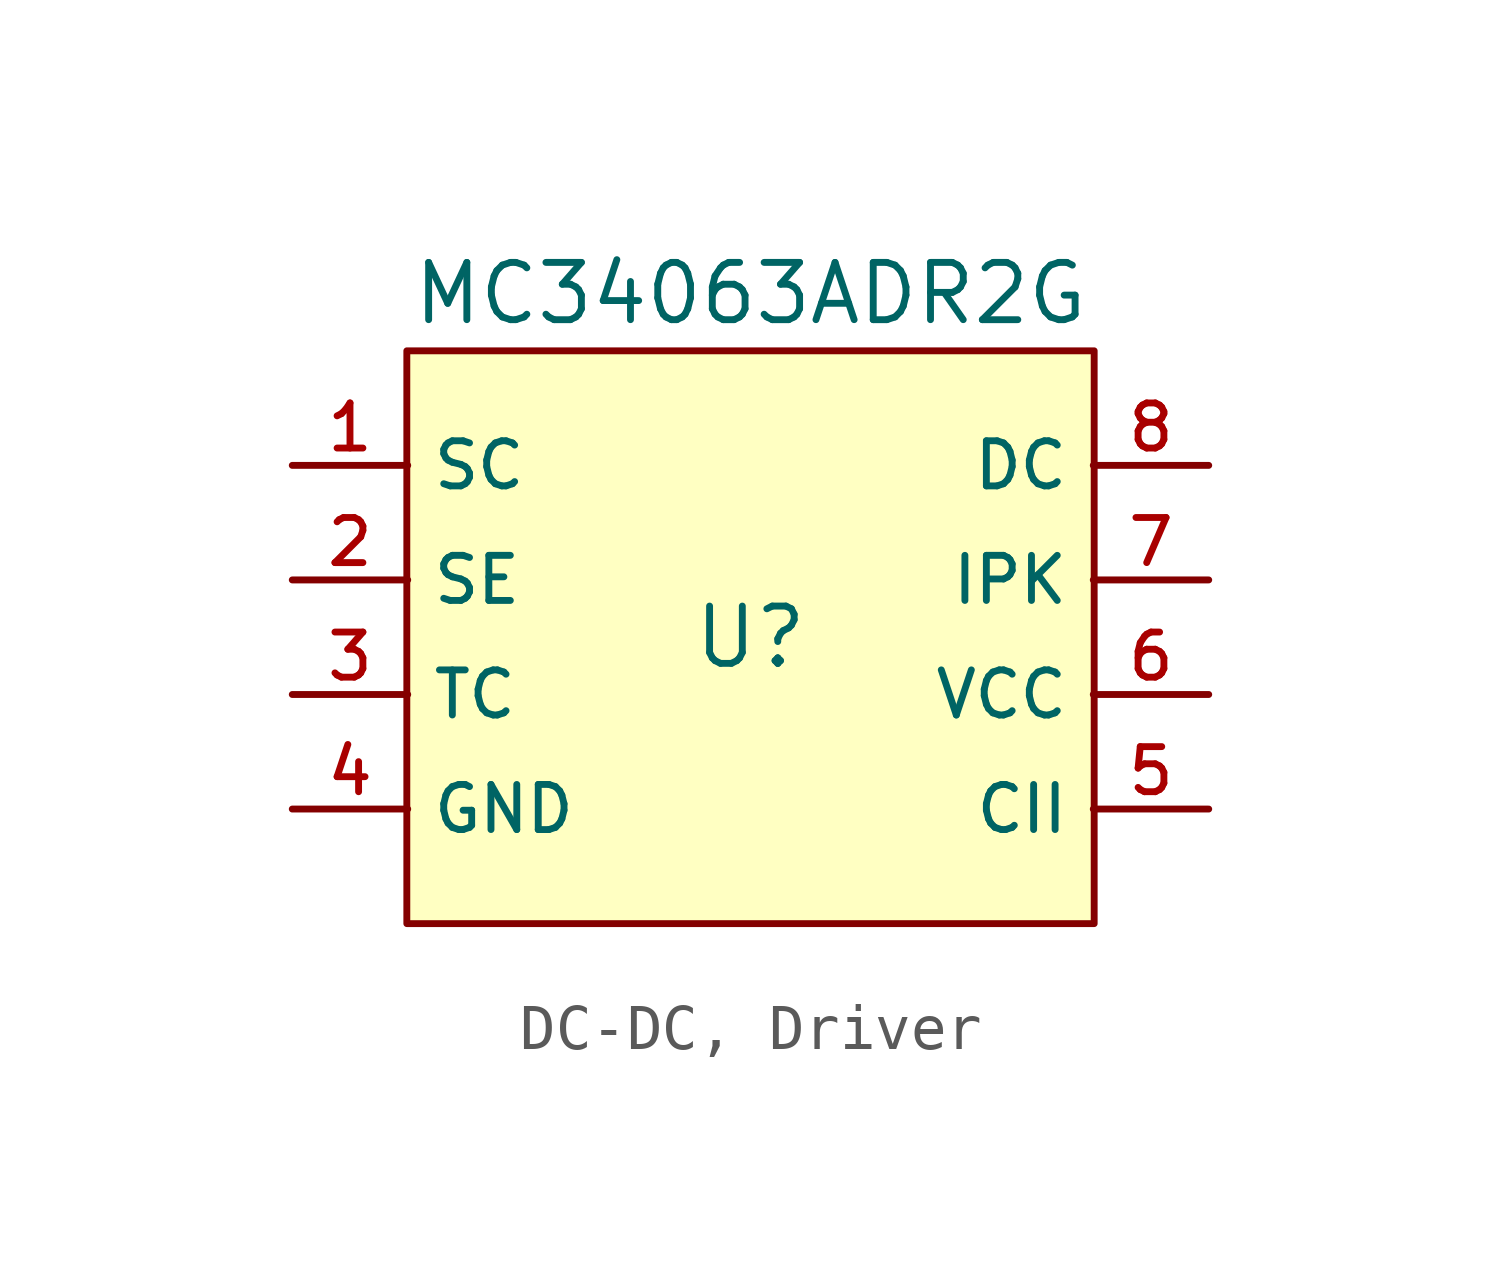
<source format=kicad_sym>
(kicad_symbol_lib
  (version 20231120)
  (generator "CDFER_Archive_Tool")
  (generator_version "0.0")
  (symbol "DC-DC, Driver"
    (property "Reference" "U"
      (at 0 1.27 0)
      (effects (font (size 1.27 1.27))))
    (property "Value" "MC34063ADR2G"
      (at 0 8.89 0)
      (effects (font (size 1.27 1.27))))
    (symbol "DC-DC, Driver_0_1"
      (rectangle (start -7.62 7.62) (end 7.62 -5.08) (stroke (width 0) (type default)) (fill (type background))))
    (symbol "DC-DC, Driver_1_1"
      (pin unspecified line (at -10.16 5.08 0) (length 2.56) (name "SC" (effects (font (size 1 1)))) (number "1" (effects (font (size 1 1)))))
      (pin unspecified line (at -10.16 2.54 0) (length 2.56) (name "SE" (effects (font (size 1 1)))) (number "2" (effects (font (size 1 1)))))
      (pin unspecified line (at -10.16 0 0) (length 2.56) (name "TC" (effects (font (size 1 1)))) (number "3" (effects (font (size 1 1)))))
      (pin unspecified line (at -10.16 -2.54 0) (length 2.56) (name "GND" (effects (font (size 1 1)))) (number "4" (effects (font (size 1 1)))))
      (pin unspecified line (at 10.16 -2.54 180) (length 2.56) (name "CII" (effects (font (size 1 1)))) (number "5" (effects (font (size 1 1)))))
      (pin unspecified line (at 10.16 0 180) (length 2.56) (name "VCC" (effects (font (size 1 1)))) (number "6" (effects (font (size 1 1)))))
      (pin unspecified line (at 10.16 2.54 180) (length 2.56) (name "IPK" (effects (font (size 1 1)))) (number "7" (effects (font (size 1 1)))))
      (pin unspecified line (at 10.16 5.08 180) (length 2.56) (name "DC" (effects (font (size 1 1)))) (number "8" (effects (font (size 1 1))))))))
</source>
